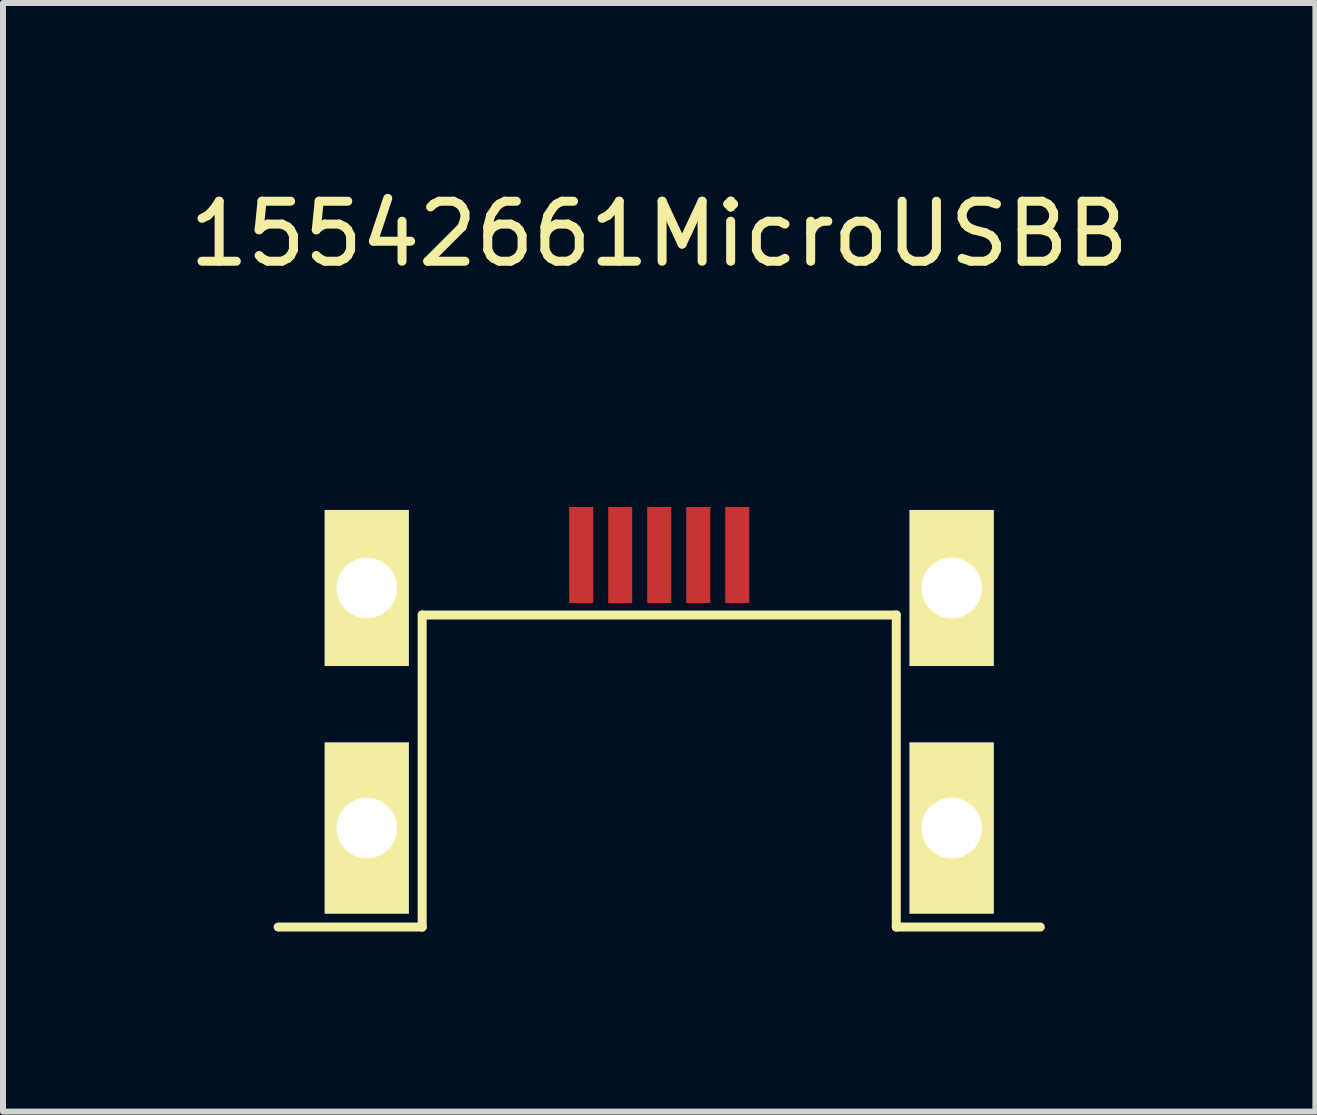
<source format=kicad_pcb>
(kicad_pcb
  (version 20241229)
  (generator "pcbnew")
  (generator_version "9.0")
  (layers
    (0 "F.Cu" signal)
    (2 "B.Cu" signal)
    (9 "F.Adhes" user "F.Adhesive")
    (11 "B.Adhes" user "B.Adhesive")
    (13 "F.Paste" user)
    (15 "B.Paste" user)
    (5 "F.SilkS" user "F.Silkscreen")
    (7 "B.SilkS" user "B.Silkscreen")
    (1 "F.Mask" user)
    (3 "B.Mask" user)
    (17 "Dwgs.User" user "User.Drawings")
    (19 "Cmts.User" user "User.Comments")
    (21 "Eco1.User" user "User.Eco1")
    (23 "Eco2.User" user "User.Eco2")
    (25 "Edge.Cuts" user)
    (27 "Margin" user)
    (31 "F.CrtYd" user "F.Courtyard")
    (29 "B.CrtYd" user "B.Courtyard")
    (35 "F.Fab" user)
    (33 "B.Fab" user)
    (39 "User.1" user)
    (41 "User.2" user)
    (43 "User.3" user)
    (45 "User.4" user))
  (footprint "15542661MicroUSBB"
    (layer "F.Cu")
    (at 7.935 7.198)
    (property "Reference" "15542661MicroUSBB" (at 0 -6.35 0) (layer "F.SilkS") (effects (font (size 1 1) (thickness 0.15))))
    (attr through_hole)
    (fp_line (start -5.275 -1.435) (end -5.275 0.535) (stroke (width 0.15) (type solid)) (layer "F.SilkS"))
    (fp_line (start -5.275 -1.435) (end -4.475 -1.435) (stroke (width 0.15) (type solid)) (layer "F.SilkS"))
    (fp_line (start -5.275 4.735) (end -5.275 2.365) (stroke (width 0.15) (type solid)) (layer "F.SilkS"))
    (fp_line (start -4.475 -1.435) (end -4.475 0.535) (stroke (width 0.15) (type solid)) (layer "F.SilkS"))
    (fp_line (start -4.475 0.535) (end -5.275 0.535) (stroke (width 0.15) (type solid)) (layer "F.SilkS"))
    (fp_line (start -4.475 2.365) (end -5.275 2.365) (stroke (width 0.15) (type solid)) (layer "F.SilkS"))
    (fp_line (start -4.475 4.735) (end -5.275 4.735) (stroke (width 0.15) (type solid)) (layer "F.SilkS"))
    (fp_line (start -4.475 4.735) (end -4.475 2.365) (stroke (width 0.15) (type solid)) (layer "F.SilkS"))
    (fp_line (start -3.95 0) (end -3.95 5.2) (stroke (width 0.15) (type solid)) (layer "F.SilkS"))
    (fp_line (start -3.95 0) (end 3.95 0) (stroke (width 0.15) (type solid)) (layer "F.SilkS"))
    (fp_line (start -3.95 5.2) (end -6.35 5.2) (stroke (width 0.15) (type solid)) (layer "F.SilkS"))
    (fp_line (start 3.95 0) (end 3.95 5.2) (stroke (width 0.15) (type solid)) (layer "F.SilkS"))
    (fp_line (start 3.95 5.2) (end 6.35 5.2) (stroke (width 0.15) (type solid)) (layer "F.SilkS"))
    (fp_line (start 4.475 -1.435) (end 4.475 0.535) (stroke (width 0.15) (type solid)) (layer "F.SilkS"))
    (fp_line (start 4.475 -1.435) (end 5.275 -1.435) (stroke (width 0.15) (type solid)) (layer "F.SilkS"))
    (fp_line (start 4.475 0.535) (end 5.275 0.535) (stroke (width 0.15) (type solid)) (layer "F.SilkS"))
    (fp_line (start 4.475 2.365) (end 4.475 4.735) (stroke (width 0.15) (type solid)) (layer "F.SilkS"))
    (fp_line (start 4.475 4.735) (end 5.275 4.735) (stroke (width 0.15) (type solid)) (layer "F.SilkS"))
    (fp_line (start 5.275 -1.435) (end 5.275 0.535) (stroke (width 0.15) (type solid)) (layer "F.SilkS"))
    (fp_line (start 5.275 2.365) (end 4.475 2.365) (stroke (width 0.15) (type solid)) (layer "F.SilkS"))
    (fp_line (start 5.275 2.365) (end 5.275 4.735) (stroke (width 0.15) (type solid)) (layer "F.SilkS"))
    (pad "1" smd rect (at 1.3 -1) (size 0.4 1.6) (layers "F.Cu" "F.Mask" "F.Paste"))
    (pad "2" smd rect (at 0.65 -1) (size 0.4 1.6) (layers "F.Cu" "F.Mask" "F.Paste"))
    (pad "3" smd rect (at 0 -1) (size 0.4 1.6) (layers "F.Cu" "F.Mask" "F.Paste"))
    (pad "4" smd rect (at -0.65 -1) (size 0.4 1.6) (layers "F.Cu" "F.Mask" "F.Paste"))
    (pad "5" smd rect (at -1.3 -1) (size 0.4 1.6) (layers "F.Cu" "F.Mask" "F.Paste"))
    (pad "6" thru_hole rect (at -4.873 -0.45) (size 1.4 2.6) (drill 1.01) (layers "*.Cu" "*.Mask" "F.SilkS"))
    (pad "6" smd rect (at -4.873 -0.45) (size 1.4 2.6) (layers "F.Mask" "B.Cu" "F.Paste"))
    (pad "7" thru_hole rect (at 4.873 -0.45) (size 1.4 2.6) (drill 1.01) (layers "*.Cu" "*.Mask" "F.SilkS"))
    (pad "7" smd rect (at 4.873 -0.45) (size 1.4 2.6) (layers "F.Mask" "B.Cu" "F.Paste"))
    (pad "8" thru_hole rect (at -4.873 3.55) (size 1.4 2.85) (drill 1.01) (layers "*.Cu" "*.Mask" "F.SilkS"))
    (pad "8" smd rect (at -4.873 3.55) (size 1.4 2.85) (layers "F.Mask" "B.Cu" "F.Paste"))
    (pad "9" thru_hole rect (at 4.873 3.55) (size 1.4 2.85) (drill 1.01) (layers "*.Cu" "*.Mask" "F.SilkS"))
    (pad "9" smd rect (at 4.873 3.55) (size 1.4 2.85) (layers "F.Mask" "B.Cu" "F.Paste")))
  (gr_rect
    (start -3 -3)
    (end 18.869 15.473)
    (stroke (width 0.1) (type default))
    (fill no)
    (layer "Edge.Cuts")))
</source>
